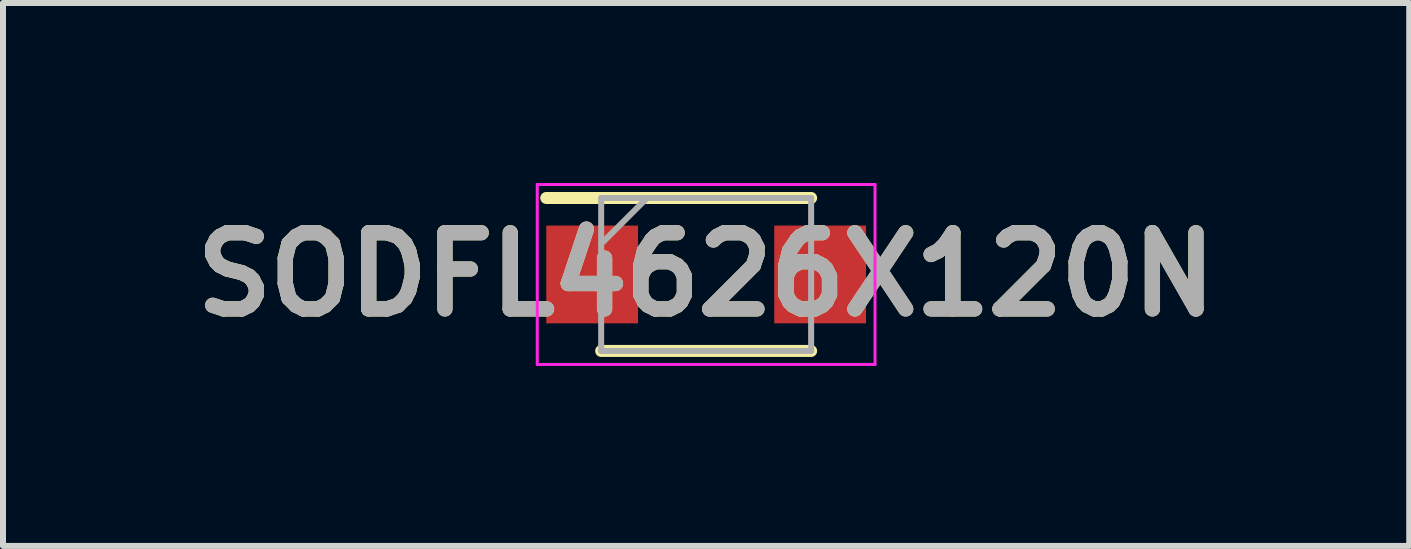
<source format=kicad_pcb>
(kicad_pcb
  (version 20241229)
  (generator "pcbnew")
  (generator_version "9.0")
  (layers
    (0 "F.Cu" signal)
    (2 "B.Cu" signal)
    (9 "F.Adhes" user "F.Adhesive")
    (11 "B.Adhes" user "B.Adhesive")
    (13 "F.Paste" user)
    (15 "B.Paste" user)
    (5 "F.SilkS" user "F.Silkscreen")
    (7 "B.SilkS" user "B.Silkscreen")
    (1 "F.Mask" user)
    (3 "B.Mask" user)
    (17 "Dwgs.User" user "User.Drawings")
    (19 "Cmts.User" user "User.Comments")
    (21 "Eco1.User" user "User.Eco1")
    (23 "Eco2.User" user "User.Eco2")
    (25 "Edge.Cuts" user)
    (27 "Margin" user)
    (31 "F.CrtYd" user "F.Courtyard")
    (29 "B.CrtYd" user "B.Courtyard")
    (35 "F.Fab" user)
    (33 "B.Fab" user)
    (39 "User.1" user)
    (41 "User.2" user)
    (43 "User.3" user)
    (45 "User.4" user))
  (footprint "SODFL4626X120N"
    (layer "F.Cu")
    (at 8.721 1.525)
    (property "Reference" "SODFL4626X120N" (at 0 0 0) (layer "F.SilkS") (effects (font (size 1.27 1.27) (thickness 0.254))))
    (attr smd)
    (fp_line (start -2.665 -1.275) (end 1.75 -1.275) (stroke (width 0.2) (type solid)) (layer "F.SilkS"))
    (fp_line (start -1.75 1.275) (end 1.75 1.275) (stroke (width 0.2) (type solid)) (layer "F.SilkS"))
    (fp_line (start -2.815 -1.5) (end 2.815 -1.5) (stroke (width 0.05) (type solid)) (layer "F.CrtYd"))
    (fp_line (start -2.815 1.5) (end -2.815 -1.5) (stroke (width 0.05) (type solid)) (layer "F.CrtYd"))
    (fp_line (start 2.815 -1.5) (end 2.815 1.5) (stroke (width 0.05) (type solid)) (layer "F.CrtYd"))
    (fp_line (start 2.815 1.5) (end -2.815 1.5) (stroke (width 0.05) (type solid)) (layer "F.CrtYd"))
    (fp_line (start -1.75 -1.275) (end 1.75 -1.275) (stroke (width 0.1) (type solid)) (layer "F.Fab"))
    (fp_line (start -1.75 -0.51) (end -0.985 -1.275) (stroke (width 0.1) (type solid)) (layer "F.Fab"))
    (fp_line (start -1.75 1.275) (end -1.75 -1.275) (stroke (width 0.1) (type solid)) (layer "F.Fab"))
    (fp_line (start 1.75 -1.275) (end 1.75 1.275) (stroke (width 0.1) (type solid)) (layer "F.Fab"))
    (fp_line (start 1.75 1.275) (end -1.75 1.275) (stroke (width 0.1) (type solid)) (layer "F.Fab"))
    (fp_text user "${REFERENCE}" (at 0 0 0) (layer "F.Fab") (effects (font (size 1.27 1.27) (thickness 0.254))))
    (pad "1" smd rect (at -1.9 0) (size 1.53 1.63) (layers "F.Cu" "F.Mask" "F.Paste"))
    (pad "2" smd rect (at 1.9 0) (size 1.53 1.63) (layers "F.Cu" "F.Mask" "F.Paste")))
  (gr_rect
    (start -3 -3)
    (end 20.441 6.05)
    (stroke (width 0.1) (type default))
    (fill no)
    (layer "Edge.Cuts")))
</source>
